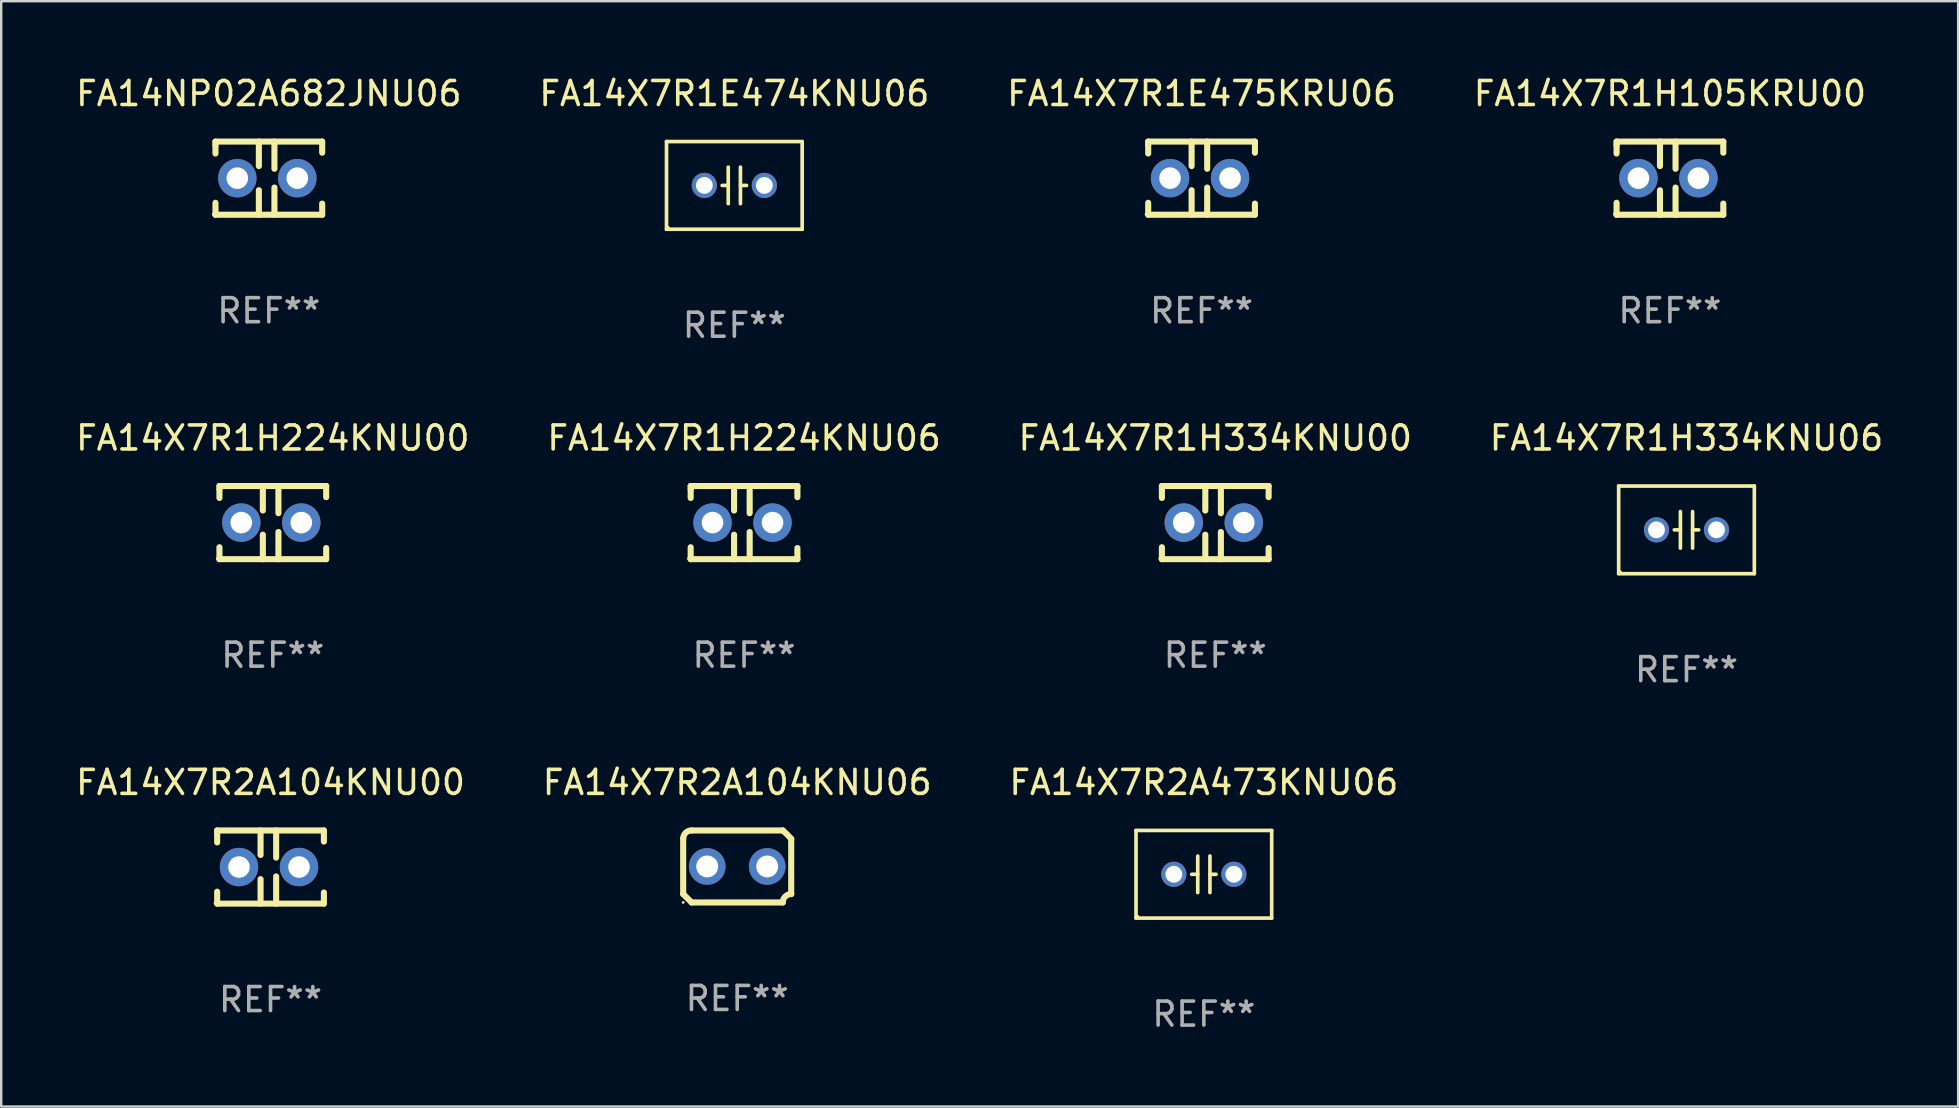
<source format=kicad_pcb>
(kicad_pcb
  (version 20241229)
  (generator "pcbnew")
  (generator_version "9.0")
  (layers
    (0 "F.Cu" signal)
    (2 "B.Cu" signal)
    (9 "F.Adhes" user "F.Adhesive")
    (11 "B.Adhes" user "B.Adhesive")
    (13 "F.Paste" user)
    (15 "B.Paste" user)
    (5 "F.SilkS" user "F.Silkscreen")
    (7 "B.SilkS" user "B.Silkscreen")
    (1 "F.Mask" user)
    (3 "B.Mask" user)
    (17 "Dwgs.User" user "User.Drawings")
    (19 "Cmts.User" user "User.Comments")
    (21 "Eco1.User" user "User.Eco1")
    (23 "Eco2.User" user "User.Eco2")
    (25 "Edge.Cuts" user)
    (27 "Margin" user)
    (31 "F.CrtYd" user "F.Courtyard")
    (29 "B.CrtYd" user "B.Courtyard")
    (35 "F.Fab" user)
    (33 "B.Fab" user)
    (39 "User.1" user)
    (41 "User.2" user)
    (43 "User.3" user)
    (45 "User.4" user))
  (footprint "FA14X7R2A104KNU00"
    (layer "F.Cu")
    (at 8.22 33.07)
    (property "Reference" "FA14X7R2A104KNU00" (at 0 -3.524 0) (layer "F.SilkS") (effects (font (size 1 1) (thickness 0.15))))
    (attr through_hole)
    (fp_line (start -2.223 -1.524) (end 2.223 -1.524) (stroke (width 0.254) (type solid)) (layer "F.SilkS"))
    (fp_line (start -2.223 -1.397) (end -2.223 -1.524) (stroke (width 0.254) (type solid)) (layer "F.SilkS"))
    (fp_line (start -2.223 -1.026) (end -2.223 -1.397) (stroke (width 0.254) (type solid)) (layer "F.SilkS"))
    (fp_line (start -2.223 1.524) (end -2.223 1.026) (stroke (width 0.254) (type solid)) (layer "F.SilkS"))
    (fp_line (start -0.415 -1.524) (end -0.415 -0.503) (stroke (width 0.254) (type solid)) (layer "F.SilkS"))
    (fp_line (start -0.415 0.503) (end -0.415 1.524) (stroke (width 0.254) (type solid)) (layer "F.SilkS"))
    (fp_line (start 0.234 -1.524) (end 0.234 -0.391) (stroke (width 0.254) (type solid)) (layer "F.SilkS"))
    (fp_line (start 0.234 0.391) (end 0.234 1.524) (stroke (width 0.254) (type solid)) (layer "F.SilkS"))
    (fp_line (start 2.223 -1.524) (end 2.223 -1.06) (stroke (width 0.254) (type solid)) (layer "F.SilkS"))
    (fp_line (start 2.223 1.06) (end 2.223 1.524) (stroke (width 0.254) (type solid)) (layer "F.SilkS"))
    (fp_line (start 2.223 1.524) (end -2.223 1.524) (stroke (width 0.254) (type solid)) (layer "F.SilkS"))
    (fp_circle (center -2.314 1.5) (end -2.284 1.5) (stroke (width 0.06) (type solid)) (fill no) (layer "F.SilkS"))
    (fp_text user "REF**" (at 0 5.524 0) (layer "F.Fab") (effects (font (size 1 1) (thickness 0.15))))
    (pad "1" thru_hole circle (at -1.313 0) (size 1.6 1.6) (drill 0.9) (layers "*.Cu" "*.Mask"))
    (pad "2" thru_hole circle (at 1.187 0) (size 1.6 1.6) (drill 0.9) (layers "*.Cu" "*.Mask")))
  (footprint "FA14X7R2A104KNU06"
    (layer "F.Cu")
    (at 27.661 33.046)
    (property "Reference" "FA14X7R2A104KNU06" (at 0 -3.5 0) (layer "F.SilkS") (effects (font (size 1 1) (thickness 0.15))))
    (attr through_hole)
    (fp_line (start -2.25 -1.15) (end -2.25 1.15) (stroke (width 0.254) (type solid)) (layer "F.SilkS"))
    (fp_line (start -1.9 -1.5) (end 1.9 -1.5) (stroke (width 0.254) (type solid)) (layer "F.SilkS"))
    (fp_line (start 1.9 1.5) (end -1.9 1.5) (stroke (width 0.254) (type solid)) (layer "F.SilkS"))
    (fp_line (start 2.25 1.15) (end 2.25 -1.15) (stroke (width 0.254) (type solid)) (layer "F.SilkS"))
    (fp_arc (start -2.250444 -1.150623) (mid -2.148751 -1.399065) (end -1.9 -1.5) (stroke (width 0.254001) (type solid)) (layer "F.SilkS"))
    (fp_arc (start -1.90061 1.500431) (mid -2.075366 1.325276) (end -2.249987 1.149987) (stroke (width 0.254001) (type solid)) (layer "F.SilkS"))
    (fp_arc (start 1.9 1.5) (mid 2.001853 1.251718) (end 2.250445 1.150622) (stroke (width 0.254001) (type solid)) (layer "F.SilkS"))
    (fp_arc (start 1.90066 -1.500432) (mid 2.081685 -1.331526) (end 2.250038 -1.149987) (stroke (width 0.254001) (type solid)) (layer "F.SilkS"))
    (fp_circle (center -2.25 1.5) (end -2.22 1.5) (stroke (width 0.06) (type solid)) (fill no) (layer "F.SilkS"))
    (fp_text user "REF**" (at 0 5.5 0) (layer "F.Fab") (effects (font (size 1 1) (thickness 0.15))))
    (pad "1" thru_hole circle (at -1.25 0) (size 1.524 1.524) (drill 0.914) (layers "*.Cu" "*.Mask"))
    (pad "2" thru_hole circle (at 1.25 0) (size 1.524 1.524) (drill 0.914) (layers "*.Cu" "*.Mask")))
  (footprint "FA14X7R1E474KNU06"
    (layer "F.Cu")
    (at 27.542 4.674)
    (property "Reference" "FA14X7R1E474KNU06" (at 0 -3.826 0) (layer "F.SilkS") (effects (font (size 1 1) (thickness 0.15))))
    (attr through_hole)
    (fp_line (start -2.826 -1.826) (end 2.826 -1.826) (stroke (width 0.152) (type solid)) (layer "F.SilkS"))
    (fp_line (start -2.826 1.826) (end -2.826 -1.826) (stroke (width 0.152) (type solid)) (layer "F.SilkS"))
    (fp_line (start -0.254 -0.762) (end -0.254 0.762) (stroke (width 0.152) (type solid)) (layer "F.SilkS"))
    (fp_line (start -0.254 0.001) (end -0.508 0.001) (stroke (width 0.152) (type solid)) (layer "F.SilkS"))
    (fp_line (start 0.254 0.001) (end 0.508 0.001) (stroke (width 0.152) (type solid)) (layer "F.SilkS"))
    (fp_line (start 0.254 0.762) (end 0.254 -0.762) (stroke (width 0.152) (type solid)) (layer "F.SilkS"))
    (fp_line (start 2.826 -1.826) (end 2.826 1.826) (stroke (width 0.152) (type solid)) (layer "F.SilkS"))
    (fp_line (start 2.826 1.826) (end -2.826 1.826) (stroke (width 0.152) (type solid)) (layer "F.SilkS"))
    (fp_circle (center -2.75 1.75) (end -2.72 1.75) (stroke (width 0.06) (type solid)) (fill no) (layer "F.SilkS"))
    (fp_text user "REF**" (at 0 5.826 0) (layer "F.Fab") (effects (font (size 1 1) (thickness 0.15))))
    (pad "1" thru_hole circle (at -1.25 -0.000013) (size 1.05 1.05) (drill 0.7) (layers "*.Cu" "*.Mask"))
    (pad "2" thru_hole circle (at 1.25 -0.000013) (size 1.05 1.05) (drill 0.7) (layers "*.Cu" "*.Mask")))
  (footprint "FA14X7R1H334KNU00"
    (layer "F.Cu")
    (at 47.577 18.721)
    (property "Reference" "FA14X7R1H334KNU00" (at 0 -3.524 0) (layer "F.SilkS") (effects (font (size 1 1) (thickness 0.15))))
    (attr through_hole)
    (fp_line (start -2.223 -1.524) (end 2.223 -1.524) (stroke (width 0.254) (type solid)) (layer "F.SilkS"))
    (fp_line (start -2.223 -1.397) (end -2.223 -1.524) (stroke (width 0.254) (type solid)) (layer "F.SilkS"))
    (fp_line (start -2.223 -1.026) (end -2.223 -1.397) (stroke (width 0.254) (type solid)) (layer "F.SilkS"))
    (fp_line (start -2.223 1.524) (end -2.223 1.026) (stroke (width 0.254) (type solid)) (layer "F.SilkS"))
    (fp_line (start -0.415 -1.524) (end -0.415 -0.503) (stroke (width 0.254) (type solid)) (layer "F.SilkS"))
    (fp_line (start -0.415 0.503) (end -0.415 1.524) (stroke (width 0.254) (type solid)) (layer "F.SilkS"))
    (fp_line (start 0.234 -1.524) (end 0.234 -0.391) (stroke (width 0.254) (type solid)) (layer "F.SilkS"))
    (fp_line (start 0.234 0.391) (end 0.234 1.524) (stroke (width 0.254) (type solid)) (layer "F.SilkS"))
    (fp_line (start 2.223 -1.524) (end 2.223 -1.06) (stroke (width 0.254) (type solid)) (layer "F.SilkS"))
    (fp_line (start 2.223 1.06) (end 2.223 1.524) (stroke (width 0.254) (type solid)) (layer "F.SilkS"))
    (fp_line (start 2.223 1.524) (end -2.223 1.524) (stroke (width 0.254) (type solid)) (layer "F.SilkS"))
    (fp_circle (center -2.314 1.5) (end -2.284 1.5) (stroke (width 0.06) (type solid)) (fill no) (layer "F.SilkS"))
    (fp_text user "REF**" (at 0 5.524 0) (layer "F.Fab") (effects (font (size 1 1) (thickness 0.15))))
    (pad "1" thru_hole circle (at -1.313 0) (size 1.6 1.6) (drill 0.9) (layers "*.Cu" "*.Mask"))
    (pad "2" thru_hole circle (at 1.187 0) (size 1.6 1.6) (drill 0.9) (layers "*.Cu" "*.Mask")))
  (footprint "FA14X7R1H334KNU06"
    (layer "F.Cu")
    (at 67.208 19.023)
    (property "Reference" "FA14X7R1H334KNU06" (at 0 -3.826 0) (layer "F.SilkS") (effects (font (size 1 1) (thickness 0.15))))
    (attr through_hole)
    (fp_line (start -2.826 -1.826) (end 2.826 -1.826) (stroke (width 0.152) (type solid)) (layer "F.SilkS"))
    (fp_line (start -2.826 1.826) (end -2.826 -1.826) (stroke (width 0.152) (type solid)) (layer "F.SilkS"))
    (fp_line (start -0.254 -0.762) (end -0.254 0.762) (stroke (width 0.152) (type solid)) (layer "F.SilkS"))
    (fp_line (start -0.254 0.001) (end -0.508 0.001) (stroke (width 0.152) (type solid)) (layer "F.SilkS"))
    (fp_line (start 0.254 0.001) (end 0.508 0.001) (stroke (width 0.152) (type solid)) (layer "F.SilkS"))
    (fp_line (start 0.254 0.762) (end 0.254 -0.762) (stroke (width 0.152) (type solid)) (layer "F.SilkS"))
    (fp_line (start 2.826 -1.826) (end 2.826 1.826) (stroke (width 0.152) (type solid)) (layer "F.SilkS"))
    (fp_line (start 2.826 1.826) (end -2.826 1.826) (stroke (width 0.152) (type solid)) (layer "F.SilkS"))
    (fp_circle (center -2.75 1.75) (end -2.72 1.75) (stroke (width 0.06) (type solid)) (fill no) (layer "F.SilkS"))
    (fp_text user "REF**" (at 0 5.826 0) (layer "F.Fab") (effects (font (size 1 1) (thickness 0.15))))
    (pad "1" thru_hole circle (at -1.25 -0.000013) (size 1.05 1.05) (drill 0.7) (layers "*.Cu" "*.Mask"))
    (pad "2" thru_hole circle (at 1.25 -0.000013) (size 1.05 1.05) (drill 0.7) (layers "*.Cu" "*.Mask")))
  (footprint "FA14X7R1H224KNU00"
    (layer "F.Cu")
    (at 8.315 18.721)
    (property "Reference" "FA14X7R1H224KNU00" (at 0 -3.524 0) (layer "F.SilkS") (effects (font (size 1 1) (thickness 0.15))))
    (attr through_hole)
    (fp_line (start -2.223 -1.524) (end 2.223 -1.524) (stroke (width 0.254) (type solid)) (layer "F.SilkS"))
    (fp_line (start -2.223 -1.397) (end -2.223 -1.524) (stroke (width 0.254) (type solid)) (layer "F.SilkS"))
    (fp_line (start -2.223 -1.026) (end -2.223 -1.397) (stroke (width 0.254) (type solid)) (layer "F.SilkS"))
    (fp_line (start -2.223 1.524) (end -2.223 1.026) (stroke (width 0.254) (type solid)) (layer "F.SilkS"))
    (fp_line (start -0.415 -1.524) (end -0.415 -0.503) (stroke (width 0.254) (type solid)) (layer "F.SilkS"))
    (fp_line (start -0.415 0.503) (end -0.415 1.524) (stroke (width 0.254) (type solid)) (layer "F.SilkS"))
    (fp_line (start 0.234 -1.524) (end 0.234 -0.391) (stroke (width 0.254) (type solid)) (layer "F.SilkS"))
    (fp_line (start 0.234 0.391) (end 0.234 1.524) (stroke (width 0.254) (type solid)) (layer "F.SilkS"))
    (fp_line (start 2.223 -1.524) (end 2.223 -1.06) (stroke (width 0.254) (type solid)) (layer "F.SilkS"))
    (fp_line (start 2.223 1.06) (end 2.223 1.524) (stroke (width 0.254) (type solid)) (layer "F.SilkS"))
    (fp_line (start 2.223 1.524) (end -2.223 1.524) (stroke (width 0.254) (type solid)) (layer "F.SilkS"))
    (fp_circle (center -2.314 1.5) (end -2.284 1.5) (stroke (width 0.06) (type solid)) (fill no) (layer "F.SilkS"))
    (fp_text user "REF**" (at 0 5.524 0) (layer "F.Fab") (effects (font (size 1 1) (thickness 0.15))))
    (pad "1" thru_hole circle (at -1.313 0) (size 1.6 1.6) (drill 0.9) (layers "*.Cu" "*.Mask"))
    (pad "2" thru_hole circle (at 1.187 0) (size 1.6 1.6) (drill 0.9) (layers "*.Cu" "*.Mask")))
  (footprint "FA14X7R2A473KNU06"
    (layer "F.Cu")
    (at 47.101 33.372)
    (property "Reference" "FA14X7R2A473KNU06" (at 0 -3.826 0) (layer "F.SilkS") (effects (font (size 1 1) (thickness 0.15))))
    (attr through_hole)
    (fp_line (start -2.826 -1.826) (end 2.826 -1.826) (stroke (width 0.152) (type solid)) (layer "F.SilkS"))
    (fp_line (start -2.826 1.826) (end -2.826 -1.826) (stroke (width 0.152) (type solid)) (layer "F.SilkS"))
    (fp_line (start -0.254 -0.762) (end -0.254 0.762) (stroke (width 0.152) (type solid)) (layer "F.SilkS"))
    (fp_line (start -0.254 0.001) (end -0.508 0.001) (stroke (width 0.152) (type solid)) (layer "F.SilkS"))
    (fp_line (start 0.254 0.001) (end 0.508 0.001) (stroke (width 0.152) (type solid)) (layer "F.SilkS"))
    (fp_line (start 0.254 0.762) (end 0.254 -0.762) (stroke (width 0.152) (type solid)) (layer "F.SilkS"))
    (fp_line (start 2.826 -1.826) (end 2.826 1.826) (stroke (width 0.152) (type solid)) (layer "F.SilkS"))
    (fp_line (start 2.826 1.826) (end -2.826 1.826) (stroke (width 0.152) (type solid)) (layer "F.SilkS"))
    (fp_circle (center -2.75 1.75) (end -2.72 1.75) (stroke (width 0.06) (type solid)) (fill no) (layer "F.SilkS"))
    (fp_text user "REF**" (at 0 5.826 0) (layer "F.Fab") (effects (font (size 1 1) (thickness 0.15))))
    (pad "1" thru_hole circle (at -1.25 -0.000013) (size 1.05 1.05) (drill 0.7) (layers "*.Cu" "*.Mask"))
    (pad "2" thru_hole circle (at 1.25 -0.000013) (size 1.05 1.05) (drill 0.7) (layers "*.Cu" "*.Mask")))
  (footprint "FA14X7R1E475KRU06"
    (layer "F.Cu")
    (at 47.006 4.372)
    (property "Reference" "FA14X7R1E475KRU06" (at 0 -3.524 0) (layer "F.SilkS") (effects (font (size 1 1) (thickness 0.15))))
    (attr through_hole)
    (fp_line (start -2.223 -1.524) (end 2.223 -1.524) (stroke (width 0.254) (type solid)) (layer "F.SilkS"))
    (fp_line (start -2.223 -1.397) (end -2.223 -1.524) (stroke (width 0.254) (type solid)) (layer "F.SilkS"))
    (fp_line (start -2.223 -1.026) (end -2.223 -1.397) (stroke (width 0.254) (type solid)) (layer "F.SilkS"))
    (fp_line (start -2.223 1.524) (end -2.223 1.026) (stroke (width 0.254) (type solid)) (layer "F.SilkS"))
    (fp_line (start -0.415 -1.524) (end -0.415 -0.503) (stroke (width 0.254) (type solid)) (layer "F.SilkS"))
    (fp_line (start -0.415 0.503) (end -0.415 1.524) (stroke (width 0.254) (type solid)) (layer "F.SilkS"))
    (fp_line (start 0.234 -1.524) (end 0.234 -0.391) (stroke (width 0.254) (type solid)) (layer "F.SilkS"))
    (fp_line (start 0.234 0.391) (end 0.234 1.524) (stroke (width 0.254) (type solid)) (layer "F.SilkS"))
    (fp_line (start 2.223 -1.524) (end 2.223 -1.06) (stroke (width 0.254) (type solid)) (layer "F.SilkS"))
    (fp_line (start 2.223 1.06) (end 2.223 1.524) (stroke (width 0.254) (type solid)) (layer "F.SilkS"))
    (fp_line (start 2.223 1.524) (end -2.223 1.524) (stroke (width 0.254) (type solid)) (layer "F.SilkS"))
    (fp_circle (center -2.314 1.5) (end -2.284 1.5) (stroke (width 0.06) (type solid)) (fill no) (layer "F.SilkS"))
    (fp_text user "REF**" (at 0 5.524 0) (layer "F.Fab") (effects (font (size 1 1) (thickness 0.15))))
    (pad "1" thru_hole circle (at -1.313 0) (size 1.6 1.6) (drill 0.9) (layers "*.Cu" "*.Mask"))
    (pad "2" thru_hole circle (at 1.187 0) (size 1.6 1.6) (drill 0.9) (layers "*.Cu" "*.Mask")))
  (footprint "FA14X7R1H224KNU06"
    (layer "F.Cu")
    (at 27.946 18.721)
    (property "Reference" "FA14X7R1H224KNU06" (at 0 -3.524 0) (layer "F.SilkS") (effects (font (size 1 1) (thickness 0.15))))
    (attr through_hole)
    (fp_line (start -2.223 -1.524) (end 2.223 -1.524) (stroke (width 0.254) (type solid)) (layer "F.SilkS"))
    (fp_line (start -2.223 -1.397) (end -2.223 -1.524) (stroke (width 0.254) (type solid)) (layer "F.SilkS"))
    (fp_line (start -2.223 -1.026) (end -2.223 -1.397) (stroke (width 0.254) (type solid)) (layer "F.SilkS"))
    (fp_line (start -2.223 1.524) (end -2.223 1.026) (stroke (width 0.254) (type solid)) (layer "F.SilkS"))
    (fp_line (start -0.415 -1.524) (end -0.415 -0.503) (stroke (width 0.254) (type solid)) (layer "F.SilkS"))
    (fp_line (start -0.415 0.503) (end -0.415 1.524) (stroke (width 0.254) (type solid)) (layer "F.SilkS"))
    (fp_line (start 0.234 -1.524) (end 0.234 -0.391) (stroke (width 0.254) (type solid)) (layer "F.SilkS"))
    (fp_line (start 0.234 0.391) (end 0.234 1.524) (stroke (width 0.254) (type solid)) (layer "F.SilkS"))
    (fp_line (start 2.223 -1.524) (end 2.223 -1.06) (stroke (width 0.254) (type solid)) (layer "F.SilkS"))
    (fp_line (start 2.223 1.06) (end 2.223 1.524) (stroke (width 0.254) (type solid)) (layer "F.SilkS"))
    (fp_line (start 2.223 1.524) (end -2.223 1.524) (stroke (width 0.254) (type solid)) (layer "F.SilkS"))
    (fp_circle (center -2.314 1.5) (end -2.284 1.5) (stroke (width 0.06) (type solid)) (fill no) (layer "F.SilkS"))
    (fp_text user "REF**" (at 0 5.524 0) (layer "F.Fab") (effects (font (size 1 1) (thickness 0.15))))
    (pad "1" thru_hole circle (at -1.313 0) (size 1.6 1.6) (drill 0.9) (layers "*.Cu" "*.Mask"))
    (pad "2" thru_hole circle (at 1.187 0) (size 1.6 1.6) (drill 0.9) (layers "*.Cu" "*.Mask")))
  (footprint "FA14X7R1H105KRU00"
    (layer "F.Cu")
    (at 66.518 4.372)
    (property "Reference" "FA14X7R1H105KRU00" (at 0 -3.524 0) (layer "F.SilkS") (effects (font (size 1 1) (thickness 0.15))))
    (attr through_hole)
    (fp_line (start -2.223 -1.524) (end 2.223 -1.524) (stroke (width 0.254) (type solid)) (layer "F.SilkS"))
    (fp_line (start -2.223 -1.397) (end -2.223 -1.524) (stroke (width 0.254) (type solid)) (layer "F.SilkS"))
    (fp_line (start -2.223 -1.026) (end -2.223 -1.397) (stroke (width 0.254) (type solid)) (layer "F.SilkS"))
    (fp_line (start -2.223 1.524) (end -2.223 1.026) (stroke (width 0.254) (type solid)) (layer "F.SilkS"))
    (fp_line (start -0.415 -1.524) (end -0.415 -0.503) (stroke (width 0.254) (type solid)) (layer "F.SilkS"))
    (fp_line (start -0.415 0.503) (end -0.415 1.524) (stroke (width 0.254) (type solid)) (layer "F.SilkS"))
    (fp_line (start 0.234 -1.524) (end 0.234 -0.391) (stroke (width 0.254) (type solid)) (layer "F.SilkS"))
    (fp_line (start 0.234 0.391) (end 0.234 1.524) (stroke (width 0.254) (type solid)) (layer "F.SilkS"))
    (fp_line (start 2.223 -1.524) (end 2.223 -1.06) (stroke (width 0.254) (type solid)) (layer "F.SilkS"))
    (fp_line (start 2.223 1.06) (end 2.223 1.524) (stroke (width 0.254) (type solid)) (layer "F.SilkS"))
    (fp_line (start 2.223 1.524) (end -2.223 1.524) (stroke (width 0.254) (type solid)) (layer "F.SilkS"))
    (fp_circle (center -2.314 1.5) (end -2.284 1.5) (stroke (width 0.06) (type solid)) (fill no) (layer "F.SilkS"))
    (fp_text user "REF**" (at 0 5.524 0) (layer "F.Fab") (effects (font (size 1 1) (thickness 0.15))))
    (pad "1" thru_hole circle (at -1.313 0) (size 1.6 1.6) (drill 0.9) (layers "*.Cu" "*.Mask"))
    (pad "2" thru_hole circle (at 1.187 0) (size 1.6 1.6) (drill 0.9) (layers "*.Cu" "*.Mask")))
  (footprint "FA14NP02A682JNU06"
    (layer "F.Cu")
    (at 8.149 4.372)
    (property "Reference" "FA14NP02A682JNU06" (at 0 -3.524 0) (layer "F.SilkS") (effects (font (size 1 1) (thickness 0.15))))
    (attr through_hole)
    (fp_line (start -2.223 -1.524) (end 2.223 -1.524) (stroke (width 0.254) (type solid)) (layer "F.SilkS"))
    (fp_line (start -2.223 -1.397) (end -2.223 -1.524) (stroke (width 0.254) (type solid)) (layer "F.SilkS"))
    (fp_line (start -2.223 -1.026) (end -2.223 -1.397) (stroke (width 0.254) (type solid)) (layer "F.SilkS"))
    (fp_line (start -2.223 1.524) (end -2.223 1.026) (stroke (width 0.254) (type solid)) (layer "F.SilkS"))
    (fp_line (start -0.415 -1.524) (end -0.415 -0.503) (stroke (width 0.254) (type solid)) (layer "F.SilkS"))
    (fp_line (start -0.415 0.503) (end -0.415 1.524) (stroke (width 0.254) (type solid)) (layer "F.SilkS"))
    (fp_line (start 0.234 -1.524) (end 0.234 -0.391) (stroke (width 0.254) (type solid)) (layer "F.SilkS"))
    (fp_line (start 0.234 0.391) (end 0.234 1.524) (stroke (width 0.254) (type solid)) (layer "F.SilkS"))
    (fp_line (start 2.223 -1.524) (end 2.223 -1.06) (stroke (width 0.254) (type solid)) (layer "F.SilkS"))
    (fp_line (start 2.223 1.06) (end 2.223 1.524) (stroke (width 0.254) (type solid)) (layer "F.SilkS"))
    (fp_line (start 2.223 1.524) (end -2.223 1.524) (stroke (width 0.254) (type solid)) (layer "F.SilkS"))
    (fp_circle (center -2.314 1.5) (end -2.284 1.5) (stroke (width 0.06) (type solid)) (fill no) (layer "F.SilkS"))
    (fp_text user "REF**" (at 0 5.524 0) (layer "F.Fab") (effects (font (size 1 1) (thickness 0.15))))
    (pad "1" thru_hole circle (at -1.313 0) (size 1.6 1.6) (drill 0.9) (layers "*.Cu" "*.Mask"))
    (pad "2" thru_hole circle (at 1.187 0) (size 1.6 1.6) (drill 0.9) (layers "*.Cu" "*.Mask")))
  (gr_rect
    (start -3 -3)
    (end 78.524 43.047)
    (stroke (width 0.1) (type default))
    (fill no)
    (layer "Edge.Cuts")))
</source>
